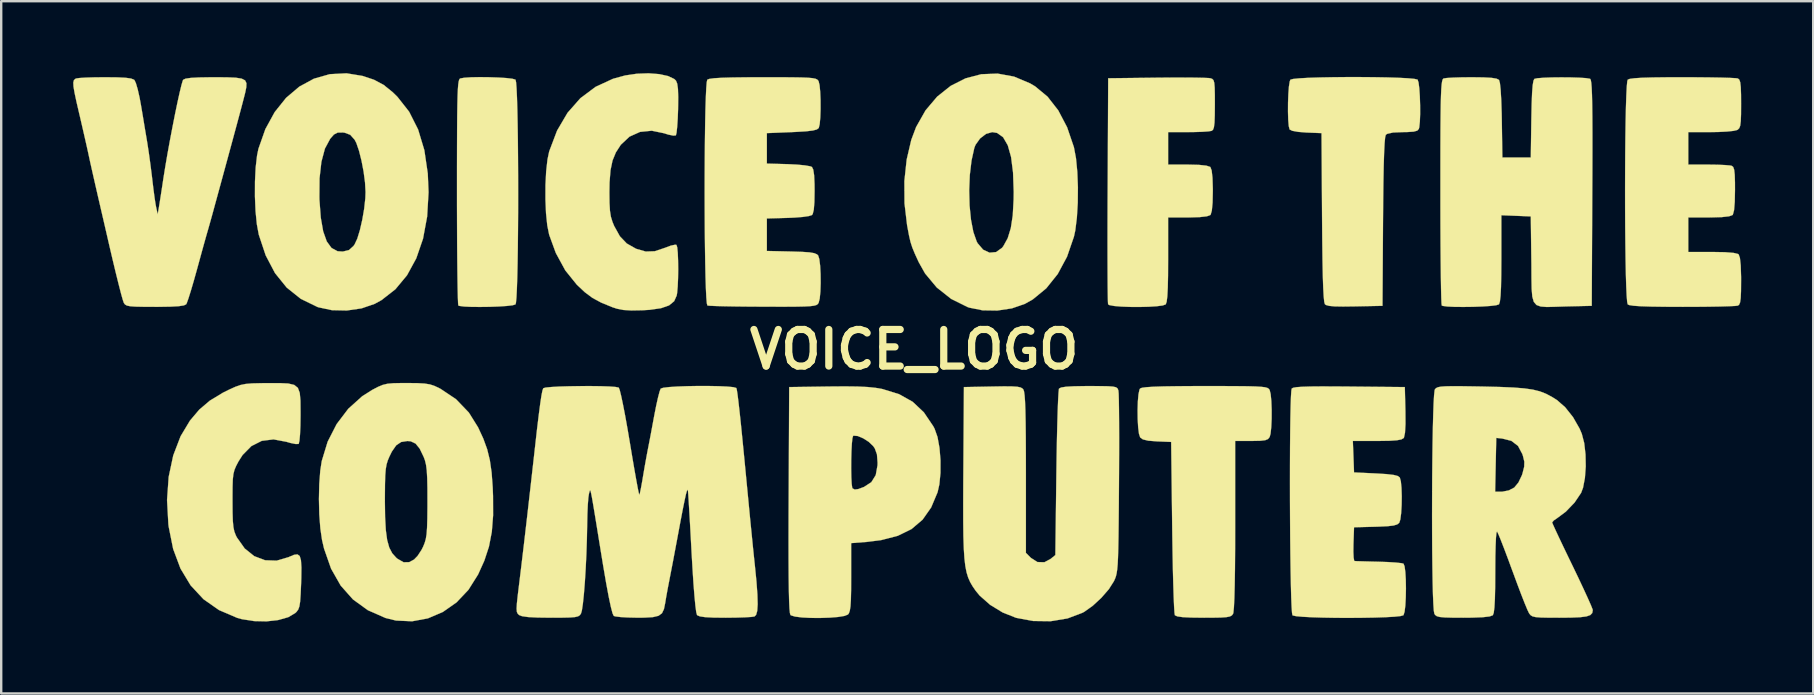
<source format=kicad_pcb>
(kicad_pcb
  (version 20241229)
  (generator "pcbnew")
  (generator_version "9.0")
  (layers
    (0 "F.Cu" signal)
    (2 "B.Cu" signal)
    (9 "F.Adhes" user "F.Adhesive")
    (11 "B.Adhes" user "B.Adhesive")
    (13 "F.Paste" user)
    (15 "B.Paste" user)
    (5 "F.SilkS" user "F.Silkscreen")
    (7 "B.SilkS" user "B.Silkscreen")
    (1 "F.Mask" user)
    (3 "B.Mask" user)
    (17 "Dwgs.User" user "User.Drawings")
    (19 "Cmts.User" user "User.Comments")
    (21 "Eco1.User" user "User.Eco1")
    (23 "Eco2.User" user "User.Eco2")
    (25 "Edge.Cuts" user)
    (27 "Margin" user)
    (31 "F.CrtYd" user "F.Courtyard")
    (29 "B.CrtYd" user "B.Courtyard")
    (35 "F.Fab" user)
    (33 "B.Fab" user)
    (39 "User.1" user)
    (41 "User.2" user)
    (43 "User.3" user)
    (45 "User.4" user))
  (footprint "VOICE_LOGO"
    (layer "F.Cu")
    (at 35.043 11.514)
    (property "Reference" "VOICE_LOGO" (at 0 0 0) (layer "F.SilkS") (effects (font (size 1.524 1.524) (thickness 0.3))))
    (attr through_hole)
    (fp_poly (pts (xy -17.719 -11.346) (xy -17.334 -11.333) (xy -16.994 -11.312) (xy -16.741 -11.282) (xy -16.614 -11.246) (xy -16.612 -11.244) (xy -16.588 -11.138) (xy -16.568 -10.881) (xy -16.55 -10.493) (xy -16.535 -9.993) (xy -16.523 -9.4) (xy -16.513 -8.733) (xy -16.507 -8.011) (xy -16.503 -7.253) (xy -16.502 -6.478) (xy -16.503 -5.704) (xy -16.508 -4.952) (xy -16.515 -4.24) (xy -16.525 -3.588) (xy -16.538 -3.013) (xy -16.554 -2.536) (xy -16.572 -2.175) (xy -16.593 -1.949) (xy -16.612 -1.88) (xy -16.728 -1.844) (xy -16.973 -1.815) (xy -17.308 -1.793) (xy -17.693 -1.779) (xy -18.089 -1.774) (xy -18.456 -1.777) (xy -18.756 -1.791) (xy -18.948 -1.816) (xy -18.994 -1.834) (xy -19.004 -1.927) (xy -19.014 -2.174) (xy -19.023 -2.559) (xy -19.031 -3.067) (xy -19.038 -3.682) (xy -19.044 -4.389) (xy -19.047 -5.173) (xy -19.05 -6.017) (xy -19.05 -6.567) (xy -19.05 -7.582) (xy -19.048 -8.442) (xy -19.045 -9.158) (xy -19.041 -9.743) (xy -19.034 -10.212) (xy -19.025 -10.576) (xy -19.013 -10.849) (xy -18.998 -11.043) (xy -18.979 -11.172) (xy -18.956 -11.249) (xy -18.929 -11.287) (xy -18.916 -11.294) (xy -18.749 -11.324) (xy -18.467 -11.343) (xy -18.111 -11.35) (xy -17.719 -11.346)) (stroke (width 0.01) (type solid)) (fill yes) (layer "F.SilkS"))
    (fp_poly (pts (xy 19.162 -11.347) (xy 19.702 -11.338) (xy 20.178 -11.323) (xy 20.567 -11.303) (xy 20.841 -11.278) (xy 20.975 -11.248) (xy 20.98 -11.244) (xy 21.019 -11.124) (xy 21.05 -10.877) (xy 21.072 -10.548) (xy 21.084 -10.179) (xy 21.085 -9.812) (xy 21.073 -9.492) (xy 21.048 -9.261) (xy 21.031 -9.193) (xy 20.965 -9.12) (xy 20.814 -9.079) (xy 20.544 -9.061) (xy 20.364 -9.059) (xy 19.957 -9.042) (xy 19.715 -8.988) (xy 19.654 -8.946) (xy 19.627 -8.842) (xy 19.604 -8.596) (xy 19.584 -8.203) (xy 19.567 -7.659) (xy 19.554 -6.959) (xy 19.544 -6.097) (xy 19.538 -5.326) (xy 19.516 -1.82) (xy 18.364 -1.797) (xy 17.87 -1.791) (xy 17.521 -1.797) (xy 17.293 -1.818) (xy 17.161 -1.855) (xy 17.116 -1.889) (xy 17.089 -1.986) (xy 17.066 -2.214) (xy 17.046 -2.577) (xy 17.029 -3.083) (xy 17.016 -3.739) (xy 17.006 -4.55) (xy 16.998 -5.511) (xy 16.976 -9.017) (xy 16.343 -9.042) (xy 16 -9.069) (xy 15.755 -9.114) (xy 15.646 -9.169) (xy 15.61 -9.311) (xy 15.588 -9.572) (xy 15.578 -9.911) (xy 15.58 -10.283) (xy 15.594 -10.646) (xy 15.617 -10.957) (xy 15.651 -11.173) (xy 15.68 -11.244) (xy 15.794 -11.274) (xy 16.051 -11.3) (xy 16.425 -11.321) (xy 16.892 -11.336) (xy 17.425 -11.346) (xy 17.998 -11.352) (xy 18.586 -11.352) (xy 19.162 -11.347)) (stroke (width 0.01) (type solid)) (fill yes) (layer "F.SilkS"))
    (fp_poly (pts (xy 11.686 -11.329) (xy 12.042 -11.322) (xy 12.272 -11.312) (xy 12.34 -11.304) (xy 12.42 -11.277) (xy 12.473 -11.224) (xy 12.506 -11.114) (xy 12.523 -10.919) (xy 12.53 -10.611) (xy 12.531 -10.21) (xy 12.527 -9.761) (xy 12.516 -9.454) (xy 12.492 -9.261) (xy 12.453 -9.156) (xy 12.397 -9.111) (xy 12.258 -9.089) (xy 11.994 -9.071) (xy 11.649 -9.061) (xy 11.423 -9.059) (xy 10.583 -9.059) (xy 10.583 -7.705) (xy 11.413 -7.705) (xy 11.865 -7.694) (xy 12.178 -7.661) (xy 12.338 -7.609) (xy 12.344 -7.603) (xy 12.398 -7.458) (xy 12.432 -7.152) (xy 12.446 -6.695) (xy 12.446 -6.604) (xy 12.436 -6.122) (xy 12.405 -5.791) (xy 12.355 -5.618) (xy 12.344 -5.605) (xy 12.199 -5.551) (xy 11.9 -5.517) (xy 11.461 -5.503) (xy 11.413 -5.503) (xy 10.583 -5.503) (xy 10.583 -3.742) (xy 10.58 -3.08) (xy 10.569 -2.576) (xy 10.55 -2.216) (xy 10.522 -1.989) (xy 10.485 -1.883) (xy 10.482 -1.88) (xy 10.357 -1.835) (xy 10.108 -1.803) (xy 9.773 -1.782) (xy 9.391 -1.773) (xy 8.998 -1.775) (xy 8.633 -1.789) (xy 8.333 -1.814) (xy 8.138 -1.85) (xy 8.082 -1.884) (xy 8.075 -1.986) (xy 8.069 -2.242) (xy 8.064 -2.636) (xy 8.061 -3.152) (xy 8.059 -3.774) (xy 8.058 -4.487) (xy 8.059 -5.274) (xy 8.061 -6.121) (xy 8.064 -6.646) (xy 8.086 -11.303) (xy 10.118 -11.327) (xy 10.697 -11.332) (xy 11.229 -11.332) (xy 11.686 -11.329)) (stroke (width 0.01) (type solid)) (fill yes) (layer "F.SilkS"))
    (fp_poly (pts (xy 12.855 1.524) (xy 13.437 1.527) (xy 13.886 1.531) (xy 14.221 1.54) (xy 14.459 1.554) (xy 14.618 1.573) (xy 14.718 1.6) (xy 14.775 1.635) (xy 14.809 1.68) (xy 14.814 1.688) (xy 14.856 1.857) (xy 14.884 2.146) (xy 14.898 2.505) (xy 14.897 2.885) (xy 14.881 3.236) (xy 14.851 3.511) (xy 14.814 3.646) (xy 14.747 3.73) (xy 14.63 3.779) (xy 14.425 3.803) (xy 14.093 3.81) (xy 14.052 3.81) (xy 13.377 3.81) (xy 13.377 7.329) (xy 13.375 8.3) (xy 13.369 9.131) (xy 13.358 9.819) (xy 13.344 10.357) (xy 13.325 10.739) (xy 13.303 10.961) (xy 13.29 11.012) (xy 13.241 11.079) (xy 13.158 11.124) (xy 13.013 11.153) (xy 12.777 11.169) (xy 12.422 11.175) (xy 12.067 11.176) (xy 11.554 11.17) (xy 11.194 11.153) (xy 10.97 11.122) (xy 10.868 11.076) (xy 10.863 11.07) (xy 10.848 10.965) (xy 10.832 10.709) (xy 10.815 10.32) (xy 10.799 9.817) (xy 10.783 9.216) (xy 10.77 8.538) (xy 10.758 7.799) (xy 10.753 7.408) (xy 10.71 3.852) (xy 10.118 3.828) (xy 9.756 3.8) (xy 9.532 3.746) (xy 9.419 3.664) (xy 9.369 3.514) (xy 9.335 3.244) (xy 9.315 2.9) (xy 9.311 2.527) (xy 9.322 2.167) (xy 9.348 1.867) (xy 9.39 1.67) (xy 9.415 1.626) (xy 9.497 1.594) (xy 9.682 1.57) (xy 9.983 1.551) (xy 10.411 1.537) (xy 10.978 1.529) (xy 11.696 1.524) (xy 12.121 1.524) (xy 12.855 1.524)) (stroke (width 0.01) (type solid)) (fill yes) (layer "F.SilkS"))
    (fp_poly (pts (xy -22.987 -11.4) (xy -22.508 -11.241) (xy -22.11 -11.029) (xy -21.73 -10.723) (xy -21.531 -10.528) (xy -21.044 -9.909) (xy -20.67 -9.167) (xy -20.41 -8.306) (xy -20.267 -7.331) (xy -20.235 -6.553) (xy -20.294 -5.539) (xy -20.465 -4.618) (xy -20.746 -3.801) (xy -21.131 -3.095) (xy -21.616 -2.511) (xy -22.196 -2.058) (xy -22.479 -1.903) (xy -23.024 -1.715) (xy -23.639 -1.626) (xy -24.261 -1.639) (xy -24.824 -1.759) (xy -24.868 -1.774) (xy -25.557 -2.11) (xy -26.145 -2.579) (xy -26.633 -3.183) (xy -27.022 -3.923) (xy -27.309 -4.784) (xy -27.39 -5.22) (xy -27.444 -5.766) (xy -27.467 -6.314) (xy -24.785 -6.314) (xy -24.781 -6.223) (xy -24.726 -5.494) (xy -24.626 -4.923) (xy -24.477 -4.504) (xy -24.278 -4.23) (xy -24.025 -4.095) (xy -23.808 -4.081) (xy -23.554 -4.143) (xy -23.367 -4.31) (xy -23.316 -4.381) (xy -23.205 -4.618) (xy -23.095 -4.977) (xy -22.996 -5.41) (xy -22.917 -5.869) (xy -22.869 -6.307) (xy -22.86 -6.562) (xy -22.882 -6.959) (xy -22.941 -7.41) (xy -23.028 -7.865) (xy -23.132 -8.279) (xy -23.243 -8.602) (xy -23.316 -8.743) (xy -23.499 -8.947) (xy -23.727 -9.033) (xy -23.807 -9.043) (xy -24.023 -9.039) (xy -24.179 -8.958) (xy -24.336 -8.778) (xy -24.553 -8.374) (xy -24.7 -7.822) (xy -24.778 -7.133) (xy -24.785 -6.314) (xy -27.467 -6.314) (xy -27.47 -6.375) (xy -27.468 -6.997) (xy -27.439 -7.583) (xy -27.381 -8.086) (xy -27.324 -8.364) (xy -27.035 -9.184) (xy -26.646 -9.894) (xy -26.171 -10.487) (xy -25.622 -10.953) (xy -25.011 -11.285) (xy -24.35 -11.473) (xy -23.651 -11.509) (xy -22.987 -11.4)) (stroke (width 0.01) (type solid)) (fill yes) (layer "F.SilkS"))
    (fp_poly (pts (xy 4.162 -11.372) (xy 4.833 -11.089) (xy 5.039 -10.967) (xy 5.557 -10.538) (xy 6.005 -9.965) (xy 6.374 -9.261) (xy 6.654 -8.441) (xy 6.659 -8.424) (xy 6.744 -7.97) (xy 6.799 -7.399) (xy 6.824 -6.763) (xy 6.818 -6.111) (xy 6.781 -5.495) (xy 6.715 -4.963) (xy 6.658 -4.7) (xy 6.371 -3.867) (xy 5.983 -3.146) (xy 5.505 -2.549) (xy 4.944 -2.088) (xy 4.614 -1.902) (xy 4.074 -1.715) (xy 3.465 -1.624) (xy 2.851 -1.633) (xy 2.296 -1.745) (xy 2.229 -1.768) (xy 1.542 -2.109) (xy 0.943 -2.583) (xy 0.456 -3.167) (xy 0.19 -3.641) (xy 0.03 -3.99) (xy -0.077 -4.25) (xy -0.152 -4.482) (xy -0.213 -4.747) (xy -0.281 -5.109) (xy -0.293 -5.171) (xy -0.402 -6.092) (xy -0.405 -6.634) (xy 2.293 -6.634) (xy 2.309 -6.001) (xy 2.368 -5.41) (xy 2.467 -4.898) (xy 2.605 -4.504) (xy 2.645 -4.429) (xy 2.875 -4.159) (xy 3.142 -4.035) (xy 3.414 -4.06) (xy 3.662 -4.237) (xy 3.717 -4.307) (xy 3.899 -4.638) (xy 4.028 -5.058) (xy 4.109 -5.588) (xy 4.145 -6.252) (xy 4.149 -6.569) (xy 4.121 -7.375) (xy 4.039 -8.022) (xy 3.901 -8.511) (xy 3.707 -8.845) (xy 3.456 -9.025) (xy 3.254 -9.059) (xy 2.995 -8.985) (xy 2.746 -8.793) (xy 2.558 -8.529) (xy 2.508 -8.404) (xy 2.391 -7.874) (xy 2.319 -7.271) (xy 2.293 -6.634) (xy -0.405 -6.634) (xy -0.407 -7.021) (xy -0.311 -7.916) (xy -0.119 -8.737) (xy 0.082 -9.271) (xy 0.476 -9.967) (xy 0.962 -10.54) (xy 1.523 -10.986) (xy 2.14 -11.298) (xy 2.798 -11.471) (xy 3.478 -11.497) (xy 4.162 -11.372)) (stroke (width 0.01) (type solid)) (fill yes) (layer "F.SilkS"))
    (fp_poly (pts (xy -2.359 1.543) (xy -1.941 1.563) (xy -1.604 1.598) (xy -1.319 1.648) (xy -1.312 1.65) (xy -0.625 1.863) (xy -0.06 2.18) (xy 0.405 2.618) (xy 0.795 3.195) (xy 0.852 3.302) (xy 0.973 3.644) (xy 1.056 4.1) (xy 1.098 4.616) (xy 1.097 5.14) (xy 1.051 5.62) (xy 0.976 5.949) (xy 0.709 6.582) (xy 0.351 7.091) (xy -0.109 7.482) (xy -0.682 7.763) (xy -1.381 7.944) (xy -1.968 8.017) (xy -2.625 8.068) (xy -2.625 9.489) (xy -2.627 10.03) (xy -2.636 10.426) (xy -2.653 10.702) (xy -2.681 10.884) (xy -2.721 10.995) (xy -2.758 11.043) (xy -2.9 11.101) (xy -3.167 11.145) (xy -3.518 11.173) (xy -3.915 11.186) (xy -4.315 11.184) (xy -4.678 11.165) (xy -4.965 11.129) (xy -5.135 11.077) (xy -5.155 11.061) (xy -5.177 10.979) (xy -5.196 10.787) (xy -5.21 10.478) (xy -5.221 10.043) (xy -5.229 9.474) (xy -5.233 8.764) (xy -5.234 7.905) (xy -5.232 6.889) (xy -5.229 6.256) (xy -5.223 4.982) (xy -2.624 4.982) (xy -2.618 5.326) (xy -2.603 5.599) (xy -2.58 5.761) (xy -2.568 5.786) (xy -2.477 5.835) (xy -2.332 5.817) (xy -2.089 5.727) (xy -1.784 5.529) (xy -1.6 5.233) (xy -1.526 4.82) (xy -1.524 4.713) (xy -1.55 4.369) (xy -1.639 4.123) (xy -1.708 4.023) (xy -1.89 3.849) (xy -2.122 3.701) (xy -2.35 3.605) (xy -2.52 3.59) (xy -2.544 3.601) (xy -2.573 3.699) (xy -2.596 3.926) (xy -2.613 4.242) (xy -2.622 4.608) (xy -2.624 4.982) (xy -5.223 4.982) (xy -5.207 1.566) (xy -3.556 1.542) (xy -2.888 1.537) (xy -2.359 1.543)) (stroke (width 0.01) (type solid)) (fill yes) (layer "F.SilkS"))
    (fp_poly (pts (xy -26.081 1.417) (xy -25.832 1.476) (xy -25.681 1.598) (xy -25.602 1.809) (xy -25.573 2.13) (xy -25.569 2.586) (xy -25.569 2.75) (xy -25.575 3.179) (xy -25.591 3.539) (xy -25.615 3.799) (xy -25.644 3.928) (xy -25.651 3.935) (xy -25.771 3.939) (xy -25.992 3.894) (xy -26.158 3.846) (xy -26.695 3.745) (xy -27.184 3.806) (xy -27.617 4.024) (xy -27.984 4.396) (xy -28.152 4.659) (xy -28.252 4.849) (xy -28.322 5.014) (xy -28.367 5.189) (xy -28.392 5.412) (xy -28.402 5.72) (xy -28.405 6.149) (xy -28.405 6.308) (xy -28.402 6.794) (xy -28.391 7.146) (xy -28.367 7.398) (xy -28.328 7.585) (xy -28.267 7.742) (xy -28.222 7.832) (xy -27.896 8.292) (xy -27.499 8.611) (xy -27.049 8.782) (xy -26.565 8.798) (xy -26.066 8.652) (xy -26.035 8.637) (xy -25.837 8.554) (xy -25.696 8.538) (xy -25.603 8.608) (xy -25.552 8.782) (xy -25.533 9.08) (xy -25.538 9.519) (xy -25.546 9.757) (xy -25.565 10.198) (xy -25.586 10.502) (xy -25.617 10.703) (xy -25.665 10.835) (xy -25.735 10.93) (xy -25.784 10.978) (xy -26.081 11.154) (xy -26.496 11.272) (xy -26.985 11.328) (xy -27.505 11.317) (xy -28.013 11.237) (xy -28.211 11.182) (xy -28.967 10.858) (xy -29.614 10.405) (xy -30.15 9.828) (xy -30.572 9.128) (xy -30.878 8.31) (xy -31.065 7.378) (xy -31.076 7.289) (xy -31.132 6.272) (xy -31.064 5.307) (xy -30.874 4.414) (xy -30.567 3.613) (xy -30.177 2.963) (xy -29.789 2.505) (xy -29.348 2.13) (xy -28.805 1.801) (xy -28.533 1.666) (xy -28.285 1.554) (xy -28.075 1.48) (xy -27.856 1.435) (xy -27.583 1.412) (xy -27.209 1.403) (xy -26.966 1.401) (xy -26.451 1.4) (xy -26.081 1.417)) (stroke (width 0.01) (type solid)) (fill yes) (layer "F.SilkS"))
    (fp_poly (pts (xy -10.621 -11.475) (xy -10.251 -11.394) (xy -9.993 -11.27) (xy -9.924 -11.202) (xy -9.873 -11.078) (xy -9.842 -10.858) (xy -9.831 -10.518) (xy -9.837 -10.035) (xy -9.837 -10.019) (xy -9.852 -9.616) (xy -9.875 -9.275) (xy -9.901 -9.033) (xy -9.928 -8.924) (xy -9.929 -8.923) (xy -10.039 -8.913) (xy -10.251 -8.957) (xy -10.42 -9.011) (xy -10.933 -9.117) (xy -11.422 -9.068) (xy -11.861 -8.871) (xy -12.222 -8.533) (xy -12.228 -8.524) (xy -12.429 -8.214) (xy -12.568 -7.876) (xy -12.653 -7.471) (xy -12.693 -6.963) (xy -12.7 -6.553) (xy -12.695 -6.106) (xy -12.676 -5.782) (xy -12.637 -5.533) (xy -12.57 -5.315) (xy -12.5 -5.146) (xy -12.262 -4.718) (xy -11.974 -4.417) (xy -11.595 -4.202) (xy -11.58 -4.195) (xy -11.187 -4.082) (xy -10.809 -4.095) (xy -10.384 -4.237) (xy -10.381 -4.238) (xy -10.141 -4.328) (xy -9.96 -4.367) (xy -9.905 -4.36) (xy -9.873 -4.259) (xy -9.85 -4.03) (xy -9.837 -3.711) (xy -9.832 -3.344) (xy -9.838 -2.967) (xy -9.853 -2.622) (xy -9.878 -2.347) (xy -9.895 -2.248) (xy -10.001 -2.012) (xy -10.213 -1.838) (xy -10.549 -1.721) (xy -11.025 -1.653) (xy -11.334 -1.635) (xy -11.779 -1.627) (xy -12.111 -1.647) (xy -12.383 -1.7) (xy -12.573 -1.762) (xy -13.041 -1.954) (xy -13.406 -2.151) (xy -13.73 -2.393) (xy -14.056 -2.7) (xy -14.536 -3.295) (xy -14.932 -4.022) (xy -15.21 -4.784) (xy -15.288 -5.172) (xy -15.34 -5.679) (xy -15.364 -6.256) (xy -15.363 -6.853) (xy -15.334 -7.423) (xy -15.279 -7.918) (xy -15.208 -8.255) (xy -14.879 -9.122) (xy -14.444 -9.863) (xy -13.908 -10.472) (xy -13.274 -10.946) (xy -12.546 -11.282) (xy -12.04 -11.42) (xy -11.552 -11.492) (xy -11.067 -11.509) (xy -10.621 -11.475)) (stroke (width 0.01) (type solid)) (fill yes) (layer "F.SilkS"))
    (fp_poly (pts (xy 7.752 1.525) (xy 8.077 1.531) (xy 8.288 1.546) (xy 8.411 1.574) (xy 8.474 1.62) (xy 8.504 1.688) (xy 8.512 1.719) (xy 8.522 1.843) (xy 8.53 2.118) (xy 8.536 2.525) (xy 8.54 3.046) (xy 8.542 3.663) (xy 8.541 4.357) (xy 8.538 5.11) (xy 8.535 5.592) (xy 8.529 6.479) (xy 8.522 7.213) (xy 8.515 7.81) (xy 8.506 8.287) (xy 8.495 8.66) (xy 8.481 8.947) (xy 8.462 9.162) (xy 8.438 9.324) (xy 8.409 9.448) (xy 8.372 9.55) (xy 8.328 9.647) (xy 8.324 9.656) (xy 8.113 9.988) (xy 7.802 10.345) (xy 7.445 10.676) (xy 7.092 10.928) (xy 7.019 10.968) (xy 6.392 11.206) (xy 5.689 11.322) (xy 4.955 11.313) (xy 4.249 11.181) (xy 3.689 10.959) (xy 3.164 10.638) (xy 2.729 10.254) (xy 2.564 10.053) (xy 2.44 9.873) (xy 2.337 9.697) (xy 2.252 9.507) (xy 2.185 9.289) (xy 2.133 9.024) (xy 2.095 8.697) (xy 2.069 8.29) (xy 2.052 7.788) (xy 2.045 7.172) (xy 2.044 6.428) (xy 2.047 5.538) (xy 2.05 5.122) (xy 2.074 1.566) (xy 3.259 1.543) (xy 3.737 1.535) (xy 4.074 1.538) (xy 4.297 1.552) (xy 4.436 1.581) (xy 4.517 1.628) (xy 4.55 1.665) (xy 4.579 1.745) (xy 4.602 1.907) (xy 4.621 2.165) (xy 4.635 2.531) (xy 4.645 3.018) (xy 4.652 3.639) (xy 4.656 4.406) (xy 4.657 5.142) (xy 4.657 8.474) (xy 4.864 8.682) (xy 5.136 8.857) (xy 5.425 8.865) (xy 5.684 8.728) (xy 5.884 8.566) (xy 5.927 5.151) (xy 5.938 4.404) (xy 5.951 3.709) (xy 5.966 3.083) (xy 5.982 2.545) (xy 5.999 2.115) (xy 6.016 1.81) (xy 6.032 1.649) (xy 6.037 1.63) (xy 6.126 1.583) (xy 6.33 1.551) (xy 6.668 1.532) (xy 7.155 1.524) (xy 7.285 1.524) (xy 7.752 1.525)) (stroke (width 0.01) (type solid)) (fill yes) (layer "F.SilkS"))
    (fp_poly (pts (xy 17.602 1.54) (xy 18.125 1.544) (xy 20.447 1.566) (xy 20.471 2.57) (xy 20.474 3.102) (xy 20.454 3.468) (xy 20.412 3.668) (xy 20.397 3.692) (xy 20.305 3.746) (xy 20.119 3.782) (xy 19.815 3.803) (xy 19.369 3.81) (xy 19.29 3.81) (xy 18.281 3.81) (xy 18.306 4.466) (xy 18.33 5.122) (xy 19.244 5.165) (xy 19.685 5.192) (xy 19.982 5.227) (xy 20.159 5.274) (xy 20.237 5.334) (xy 20.281 5.492) (xy 20.308 5.768) (xy 20.319 6.113) (xy 20.314 6.479) (xy 20.294 6.819) (xy 20.26 7.083) (xy 20.214 7.221) (xy 20.131 7.288) (xy 19.98 7.334) (xy 19.73 7.363) (xy 19.351 7.381) (xy 19.219 7.385) (xy 18.33 7.408) (xy 18.306 8.107) (xy 18.302 8.428) (xy 18.313 8.674) (xy 18.338 8.804) (xy 18.348 8.814) (xy 18.455 8.82) (xy 18.694 8.827) (xy 19.028 8.836) (xy 19.355 8.844) (xy 19.743 8.857) (xy 20.072 8.878) (xy 20.303 8.903) (xy 20.392 8.924) (xy 20.436 9.033) (xy 20.468 9.27) (xy 20.487 9.593) (xy 20.493 9.962) (xy 20.486 10.335) (xy 20.468 10.671) (xy 20.436 10.93) (xy 20.392 11.069) (xy 20.388 11.074) (xy 20.272 11.107) (xy 20.015 11.134) (xy 19.644 11.155) (xy 19.188 11.17) (xy 18.673 11.179) (xy 18.128 11.183) (xy 17.58 11.181) (xy 17.057 11.172) (xy 16.588 11.158) (xy 16.199 11.138) (xy 15.919 11.113) (xy 15.774 11.081) (xy 15.765 11.074) (xy 15.746 10.973) (xy 15.729 10.721) (xy 15.713 10.338) (xy 15.7 9.842) (xy 15.688 9.252) (xy 15.678 8.587) (xy 15.67 7.866) (xy 15.665 7.107) (xy 15.661 6.331) (xy 15.66 5.554) (xy 15.661 4.798) (xy 15.664 4.079) (xy 15.67 3.417) (xy 15.678 2.832) (xy 15.689 2.341) (xy 15.702 1.964) (xy 15.718 1.719) (xy 15.734 1.628) (xy 15.793 1.595) (xy 15.931 1.57) (xy 16.166 1.553) (xy 16.512 1.542) (xy 16.986 1.538) (xy 17.602 1.54)) (stroke (width 0.01) (type solid)) (fill yes) (layer "F.SilkS"))
    (fp_poly (pts (xy 32.61 -11.343) (xy 33.154 -11.338) (xy 33.623 -11.33) (xy 33.991 -11.319) (xy 34.234 -11.306) (xy 34.325 -11.294) (xy 34.384 -11.246) (xy 34.423 -11.136) (xy 34.446 -10.936) (xy 34.457 -10.619) (xy 34.459 -10.239) (xy 34.457 -9.807) (xy 34.446 -9.515) (xy 34.423 -9.33) (xy 34.383 -9.223) (xy 34.321 -9.162) (xy 34.296 -9.147) (xy 34.147 -9.111) (xy 33.871 -9.082) (xy 33.511 -9.064) (xy 33.195 -9.059) (xy 32.258 -9.059) (xy 32.258 -7.705) (xy 33.098 -7.705) (xy 33.47 -7.7) (xy 33.788 -7.686) (xy 34.007 -7.667) (xy 34.071 -7.653) (xy 34.131 -7.604) (xy 34.171 -7.49) (xy 34.194 -7.284) (xy 34.204 -6.957) (xy 34.205 -6.654) (xy 34.195 -6.151) (xy 34.166 -5.805) (xy 34.117 -5.623) (xy 34.104 -5.605) (xy 33.958 -5.551) (xy 33.655 -5.517) (xy 33.204 -5.504) (xy 33.13 -5.503) (xy 32.258 -5.503) (xy 32.258 -4.064) (xy 33.257 -4.064) (xy 33.782 -4.055) (xy 34.142 -4.026) (xy 34.334 -3.979) (xy 34.358 -3.962) (xy 34.41 -3.817) (xy 34.444 -3.504) (xy 34.459 -3.027) (xy 34.459 -2.871) (xy 34.456 -2.436) (xy 34.443 -2.142) (xy 34.417 -1.961) (xy 34.374 -1.864) (xy 34.325 -1.829) (xy 34.207 -1.815) (xy 33.944 -1.803) (xy 33.559 -1.792) (xy 33.078 -1.784) (xy 32.525 -1.779) (xy 32.014 -1.778) (xy 31.282 -1.781) (xy 30.707 -1.789) (xy 30.277 -1.803) (xy 29.978 -1.823) (xy 29.8 -1.851) (xy 29.735 -1.88) (xy 29.712 -1.986) (xy 29.691 -2.242) (xy 29.673 -2.63) (xy 29.658 -3.13) (xy 29.646 -3.723) (xy 29.637 -4.39) (xy 29.63 -5.112) (xy 29.626 -5.871) (xy 29.625 -6.646) (xy 29.627 -7.419) (xy 29.631 -8.171) (xy 29.638 -8.883) (xy 29.648 -9.536) (xy 29.661 -10.11) (xy 29.677 -10.587) (xy 29.695 -10.948) (xy 29.716 -11.174) (xy 29.735 -11.244) (xy 29.824 -11.278) (xy 30.022 -11.304) (xy 30.343 -11.324) (xy 30.799 -11.337) (xy 31.401 -11.344) (xy 32.014 -11.345) (xy 32.61 -11.343)) (stroke (width 0.01) (type solid)) (fill yes) (layer "F.SilkS"))
    (fp_poly (pts (xy -20.701 1.402) (xy -20.401 1.419) (xy -20.176 1.455) (xy -19.981 1.52) (xy -19.77 1.621) (xy -19.737 1.638) (xy -19.09 2.071) (xy -18.556 2.627) (xy -18.173 3.24) (xy -17.954 3.712) (xy -17.793 4.154) (xy -17.681 4.611) (xy -17.607 5.127) (xy -17.562 5.745) (xy -17.548 6.106) (xy -17.545 6.911) (xy -17.599 7.598) (xy -17.718 8.214) (xy -17.911 8.801) (xy -18.17 9.374) (xy -18.573 10.014) (xy -19.069 10.538) (xy -19.639 10.937) (xy -20.262 11.203) (xy -20.919 11.325) (xy -21.59 11.295) (xy -22.03 11.187) (xy -22.764 10.864) (xy -23.385 10.414) (xy -23.896 9.838) (xy -24.297 9.133) (xy -24.589 8.3) (xy -24.673 7.941) (xy -24.744 7.456) (xy -24.788 6.869) (xy -24.801 6.308) (xy -22.055 6.308) (xy -22.046 6.99) (xy -22.016 7.526) (xy -21.96 7.94) (xy -21.872 8.255) (xy -21.747 8.493) (xy -21.581 8.677) (xy -21.53 8.72) (xy -21.274 8.866) (xy -21.04 8.861) (xy -20.84 8.753) (xy -20.688 8.595) (xy -20.529 8.351) (xy -20.464 8.224) (xy -20.398 8.064) (xy -20.35 7.898) (xy -20.317 7.694) (xy -20.297 7.422) (xy -20.286 7.052) (xy -20.281 6.554) (xy -20.281 6.35) (xy -20.282 5.786) (xy -20.291 5.361) (xy -20.309 5.045) (xy -20.339 4.809) (xy -20.384 4.622) (xy -20.433 4.487) (xy -20.603 4.133) (xy -20.776 3.92) (xy -20.977 3.825) (xy -21.116 3.813) (xy -21.377 3.854) (xy -21.582 3.992) (xy -21.764 4.253) (xy -21.863 4.454) (xy -21.934 4.621) (xy -21.985 4.789) (xy -22.019 4.988) (xy -22.04 5.25) (xy -22.05 5.606) (xy -22.054 6.089) (xy -22.055 6.308) (xy -24.801 6.308) (xy -24.803 6.235) (xy -24.789 5.609) (xy -24.747 5.046) (xy -24.686 4.65) (xy -24.44 3.843) (xy -24.065 3.108) (xy -23.579 2.468) (xy -22.997 1.945) (xy -22.588 1.686) (xy -22.346 1.559) (xy -22.148 1.476) (xy -21.947 1.427) (xy -21.696 1.405) (xy -21.347 1.398) (xy -21.124 1.398) (xy -20.701 1.402)) (stroke (width 0.01) (type solid)) (fill yes) (layer "F.SilkS"))
    (fp_poly (pts (xy 23.724 -11.339) (xy 24.062 -11.32) (xy 24.27 -11.286) (xy 24.371 -11.235) (xy 24.372 -11.233) (xy 24.409 -11.104) (xy 24.44 -10.819) (xy 24.465 -10.393) (xy 24.483 -9.841) (xy 24.488 -9.561) (xy 24.511 -8.001) (xy 25.696 -8.001) (xy 25.719 -9.606) (xy 25.732 -10.226) (xy 25.75 -10.69) (xy 25.775 -11.012) (xy 25.808 -11.203) (xy 25.846 -11.277) (xy 25.974 -11.304) (xy 26.23 -11.324) (xy 26.572 -11.337) (xy 26.961 -11.341) (xy 27.355 -11.338) (xy 27.713 -11.327) (xy 27.994 -11.309) (xy 28.156 -11.283) (xy 28.174 -11.275) (xy 28.197 -11.227) (xy 28.217 -11.107) (xy 28.233 -10.905) (xy 28.246 -10.609) (xy 28.255 -10.208) (xy 28.261 -9.691) (xy 28.264 -9.047) (xy 28.264 -8.264) (xy 28.262 -7.332) (xy 28.258 -6.514) (xy 28.236 -1.82) (xy 27.178 -1.796) (xy 26.717 -1.781) (xy 26.366 -1.772) (xy 26.11 -1.791) (xy 25.933 -1.855) (xy 25.821 -1.986) (xy 25.759 -2.203) (xy 25.732 -2.525) (xy 25.724 -2.972) (xy 25.721 -3.564) (xy 25.719 -3.705) (xy 25.696 -5.546) (xy 25.082 -5.571) (xy 24.469 -5.595) (xy 24.469 -3.788) (xy 24.465 -3.119) (xy 24.455 -2.606) (xy 24.436 -2.238) (xy 24.409 -2.002) (xy 24.373 -1.887) (xy 24.367 -1.88) (xy 24.251 -1.844) (xy 24.006 -1.815) (xy 23.671 -1.793) (xy 23.286 -1.779) (xy 22.89 -1.774) (xy 22.523 -1.777) (xy 22.223 -1.791) (xy 22.031 -1.816) (xy 21.985 -1.834) (xy 21.975 -1.927) (xy 21.965 -2.174) (xy 21.956 -2.559) (xy 21.948 -3.067) (xy 21.941 -3.682) (xy 21.935 -4.389) (xy 21.931 -5.173) (xy 21.929 -6.017) (xy 21.929 -6.567) (xy 21.929 -7.582) (xy 21.93 -8.442) (xy 21.933 -9.158) (xy 21.938 -9.743) (xy 21.944 -10.212) (xy 21.954 -10.576) (xy 21.966 -10.849) (xy 21.981 -11.043) (xy 22 -11.172) (xy 22.022 -11.249) (xy 22.049 -11.287) (xy 22.063 -11.294) (xy 22.196 -11.314) (xy 22.46 -11.33) (xy 22.818 -11.341) (xy 23.231 -11.345) (xy 23.238 -11.345) (xy 23.724 -11.339)) (stroke (width 0.01) (type solid)) (fill yes) (layer "F.SilkS"))
    (fp_poly (pts (xy -5.622 -11.345) (xy -5.099 -11.342) (xy -4.706 -11.336) (xy -4.423 -11.325) (xy -4.231 -11.307) (xy -4.108 -11.282) (xy -4.036 -11.248) (xy -3.995 -11.203) (xy -3.982 -11.182) (xy -3.942 -11.02) (xy -3.915 -10.741) (xy -3.9 -10.391) (xy -3.899 -10.019) (xy -3.911 -9.67) (xy -3.936 -9.393) (xy -3.974 -9.234) (xy -3.977 -9.229) (xy -4.055 -9.17) (xy -4.219 -9.126) (xy -4.495 -9.093) (xy -4.906 -9.068) (xy -5.098 -9.059) (xy -6.138 -9.017) (xy -6.138 -7.747) (xy -5.254 -7.723) (xy -4.875 -7.704) (xy -4.555 -7.673) (xy -4.333 -7.635) (xy -4.259 -7.606) (xy -4.204 -7.495) (xy -4.168 -7.26) (xy -4.151 -6.883) (xy -4.149 -6.604) (xy -4.157 -6.14) (xy -4.182 -5.828) (xy -4.226 -5.649) (xy -4.259 -5.602) (xy -4.387 -5.561) (xy -4.642 -5.524) (xy -4.984 -5.497) (xy -5.254 -5.485) (xy -6.138 -5.461) (xy -6.138 -4.106) (xy -5.122 -4.083) (xy -4.674 -4.069) (xy -4.365 -4.048) (xy -4.167 -4.015) (xy -4.051 -3.967) (xy -4 -3.919) (xy -3.952 -3.768) (xy -3.918 -3.495) (xy -3.899 -3.147) (xy -3.895 -2.771) (xy -3.907 -2.414) (xy -3.935 -2.123) (xy -3.981 -1.945) (xy -3.982 -1.942) (xy -4.017 -1.892) (xy -4.073 -1.854) (xy -4.172 -1.826) (xy -4.332 -1.806) (xy -4.575 -1.793) (xy -4.919 -1.786) (xy -5.384 -1.783) (xy -5.991 -1.784) (xy -6.289 -1.785) (xy -6.89 -1.788) (xy -7.436 -1.794) (xy -7.906 -1.802) (xy -8.275 -1.812) (xy -8.52 -1.823) (xy -8.615 -1.834) (xy -8.639 -1.926) (xy -8.66 -2.168) (xy -8.678 -2.542) (xy -8.694 -3.029) (xy -8.706 -3.611) (xy -8.716 -4.268) (xy -8.724 -4.983) (xy -8.728 -5.735) (xy -8.73 -6.507) (xy -8.729 -7.28) (xy -8.725 -8.035) (xy -8.718 -8.753) (xy -8.709 -9.416) (xy -8.697 -10.005) (xy -8.681 -10.501) (xy -8.663 -10.885) (xy -8.643 -11.139) (xy -8.619 -11.244) (xy -8.531 -11.277) (xy -8.334 -11.304) (xy -8.016 -11.323) (xy -7.564 -11.336) (xy -6.966 -11.343) (xy -6.294 -11.345) (xy -5.622 -11.345)) (stroke (width 0.01) (type solid)) (fill yes) (layer "F.SilkS"))
    (fp_poly (pts (xy -28.641 -11.342) (xy -28.268 -11.326) (xy -28.022 -11.287) (xy -27.881 -11.215) (xy -27.824 -11.099) (xy -27.83 -10.929) (xy -27.87 -10.727) (xy -27.909 -10.57) (xy -27.979 -10.3) (xy -28.082 -9.91) (xy -28.221 -9.393) (xy -28.397 -8.742) (xy -28.612 -7.951) (xy -28.868 -7.012) (xy -29.167 -5.918) (xy -29.257 -5.588) (xy -29.344 -5.277) (xy -29.425 -4.991) (xy -29.461 -4.868) (xy -29.509 -4.7) (xy -29.592 -4.404) (xy -29.7 -4.014) (xy -29.823 -3.564) (xy -29.895 -3.302) (xy -30.022 -2.849) (xy -30.139 -2.45) (xy -30.238 -2.136) (xy -30.309 -1.936) (xy -30.335 -1.884) (xy -30.43 -1.838) (xy -30.644 -1.805) (xy -30.991 -1.786) (xy -31.489 -1.778) (xy -31.63 -1.778) (xy -32.109 -1.78) (xy -32.447 -1.787) (xy -32.67 -1.803) (xy -32.807 -1.832) (xy -32.886 -1.878) (xy -32.933 -1.943) (xy -32.934 -1.946) (xy -32.977 -2.071) (xy -33.051 -2.337) (xy -33.15 -2.722) (xy -33.269 -3.201) (xy -33.401 -3.752) (xy -33.538 -4.337) (xy -33.727 -5.158) (xy -33.883 -5.831) (xy -34.009 -6.376) (xy -34.109 -6.811) (xy -34.187 -7.154) (xy -34.248 -7.423) (xy -34.296 -7.637) (xy -34.336 -7.814) (xy -34.37 -7.973) (xy -34.404 -8.131) (xy -34.412 -8.17) (xy -34.474 -8.45) (xy -34.563 -8.843) (xy -34.668 -9.3) (xy -34.777 -9.77) (xy -34.786 -9.806) (xy -34.906 -10.322) (xy -34.986 -10.697) (xy -35.03 -10.956) (xy -35.038 -11.123) (xy -35.014 -11.221) (xy -34.959 -11.275) (xy -34.918 -11.294) (xy -34.786 -11.313) (xy -34.521 -11.33) (xy -34.161 -11.341) (xy -33.743 -11.345) (xy -33.696 -11.345) (xy -33.204 -11.34) (xy -32.858 -11.323) (xy -32.635 -11.292) (xy -32.511 -11.244) (xy -32.491 -11.228) (xy -32.43 -11.099) (xy -32.355 -10.843) (xy -32.277 -10.499) (xy -32.22 -10.19) (xy -32.141 -9.722) (xy -32.059 -9.226) (xy -31.984 -8.782) (xy -31.953 -8.594) (xy -31.891 -8.189) (xy -31.824 -7.702) (xy -31.763 -7.218) (xy -31.746 -7.07) (xy -31.698 -6.672) (xy -31.649 -6.305) (xy -31.605 -6.024) (xy -31.586 -5.927) (xy -31.521 -5.63) (xy -31.471 -5.927) (xy -31.437 -6.136) (xy -31.386 -6.461) (xy -31.326 -6.851) (xy -31.287 -7.112) (xy -31.209 -7.597) (xy -31.117 -8.136) (xy -31.014 -8.702) (xy -30.906 -9.269) (xy -30.799 -9.811) (xy -30.697 -10.302) (xy -30.605 -10.716) (xy -30.53 -11.026) (xy -30.476 -11.207) (xy -30.46 -11.239) (xy -30.362 -11.286) (xy -30.144 -11.318) (xy -29.792 -11.337) (xy -29.289 -11.345) (xy -29.162 -11.345) (xy -28.641 -11.342)) (stroke (width 0.01) (type solid)) (fill yes) (layer "F.SilkS"))
    (fp_poly (pts (xy 22.83 1.53) (xy 23.368 1.538) (xy 23.712 1.544) (xy 24.418 1.561) (xy 24.98 1.585) (xy 25.427 1.621) (xy 25.783 1.672) (xy 26.075 1.745) (xy 26.33 1.844) (xy 26.574 1.973) (xy 26.778 2.101) (xy 27.125 2.402) (xy 27.455 2.817) (xy 27.728 3.294) (xy 27.822 3.514) (xy 27.922 3.899) (xy 27.976 4.37) (xy 27.986 4.872) (xy 27.951 5.353) (xy 27.873 5.76) (xy 27.793 5.973) (xy 27.521 6.377) (xy 27.159 6.755) (xy 26.818 7.01) (xy 26.657 7.121) (xy 26.586 7.202) (xy 26.585 7.205) (xy 26.621 7.294) (xy 26.72 7.513) (xy 26.873 7.84) (xy 27.069 8.252) (xy 27.298 8.728) (xy 27.432 9.004) (xy 27.675 9.509) (xy 27.89 9.966) (xy 28.068 10.353) (xy 28.198 10.646) (xy 28.269 10.822) (xy 28.279 10.86) (xy 28.257 10.98) (xy 28.177 11.065) (xy 28.016 11.122) (xy 27.751 11.156) (xy 27.36 11.172) (xy 26.909 11.176) (xy 26.443 11.175) (xy 26.116 11.168) (xy 25.901 11.151) (xy 25.768 11.12) (xy 25.687 11.07) (xy 25.629 10.998) (xy 25.622 10.986) (xy 25.556 10.849) (xy 25.444 10.58) (xy 25.298 10.209) (xy 25.129 9.762) (xy 24.947 9.268) (xy 24.932 9.229) (xy 24.753 8.742) (xy 24.59 8.309) (xy 24.452 7.954) (xy 24.349 7.705) (xy 24.292 7.586) (xy 24.289 7.582) (xy 24.265 7.636) (xy 24.245 7.84) (xy 24.23 8.175) (xy 24.219 8.621) (xy 24.215 9.159) (xy 24.215 9.237) (xy 24.211 9.895) (xy 24.2 10.395) (xy 24.18 10.75) (xy 24.152 10.972) (xy 24.114 11.074) (xy 24.113 11.074) (xy 23.98 11.123) (xy 23.691 11.156) (xy 23.241 11.173) (xy 22.888 11.176) (xy 22.429 11.174) (xy 22.111 11.165) (xy 21.904 11.146) (xy 21.78 11.113) (xy 21.71 11.061) (xy 21.678 11.012) (xy 21.655 10.886) (xy 21.636 10.612) (xy 21.619 10.208) (xy 21.606 9.693) (xy 21.596 9.088) (xy 21.588 8.41) (xy 21.584 7.68) (xy 21.582 6.916) (xy 21.584 6.138) (xy 21.585 5.927) (xy 24.21 5.927) (xy 24.497 5.927) (xy 24.782 5.871) (xy 25.006 5.753) (xy 25.179 5.545) (xy 25.324 5.243) (xy 25.351 5.161) (xy 25.421 4.884) (xy 25.427 4.674) (xy 25.37 4.438) (xy 25.344 4.359) (xy 25.163 4.017) (xy 24.886 3.806) (xy 24.505 3.71) (xy 24.257 3.683) (xy 24.21 5.927) (xy 21.585 5.927) (xy 21.587 5.365) (xy 21.594 4.616) (xy 21.603 3.91) (xy 21.615 3.267) (xy 21.63 2.705) (xy 21.646 2.245) (xy 21.666 1.904) (xy 21.688 1.703) (xy 21.701 1.659) (xy 21.748 1.61) (xy 21.823 1.573) (xy 21.946 1.548) (xy 22.141 1.534) (xy 22.428 1.528) (xy 22.83 1.53)) (stroke (width 0.01) (type solid)) (fill yes) (layer "F.SilkS"))
    (fp_poly (pts (xy -8.556 1.521) (xy -8.139 1.529) (xy -7.788 1.545) (xy -7.535 1.569) (xy -7.414 1.602) (xy -7.409 1.607) (xy -7.389 1.681) (xy -7.362 1.857) (xy -7.326 2.142) (xy -7.28 2.546) (xy -7.223 3.077) (xy -7.156 3.744) (xy -7.076 4.556) (xy -6.983 5.521) (xy -6.899 6.392) (xy -6.842 6.985) (xy -6.778 7.629) (xy -6.715 8.26) (xy -6.658 8.81) (xy -6.64 8.975) (xy -6.571 9.669) (xy -6.532 10.211) (xy -6.521 10.614) (xy -6.539 10.892) (xy -6.586 11.058) (xy -6.653 11.125) (xy -6.786 11.144) (xy -7.05 11.16) (xy -7.41 11.171) (xy -7.828 11.176) (xy -7.871 11.176) (xy -8.364 11.171) (xy -8.709 11.153) (xy -8.926 11.121) (xy -9.037 11.074) (xy -9.048 11.063) (xy -9.08 10.946) (xy -9.116 10.675) (xy -9.155 10.264) (xy -9.197 9.731) (xy -9.238 9.089) (xy -9.272 8.502) (xy -9.306 7.868) (xy -9.338 7.283) (xy -9.368 6.77) (xy -9.393 6.353) (xy -9.412 6.054) (xy -9.424 5.897) (xy -9.425 5.884) (xy -9.441 5.841) (xy -9.468 5.885) (xy -9.509 6.03) (xy -9.566 6.288) (xy -9.644 6.673) (xy -9.745 7.199) (xy -9.863 7.832) (xy -9.955 8.322) (xy -10.047 8.812) (xy -10.131 9.248) (xy -10.195 9.577) (xy -10.201 9.61) (xy -10.271 9.972) (xy -10.335 10.325) (xy -10.374 10.564) (xy -10.426 10.818) (xy -10.508 10.99) (xy -10.652 11.096) (xy -10.886 11.152) (xy -11.24 11.173) (xy -11.542 11.175) (xy -11.916 11.167) (xy -12.233 11.149) (xy -12.45 11.122) (xy -12.517 11.102) (xy -12.568 10.993) (xy -12.639 10.722) (xy -12.729 10.297) (xy -12.836 9.722) (xy -12.959 9.005) (xy -13.007 8.711) (xy -13.135 7.928) (xy -13.237 7.298) (xy -13.318 6.804) (xy -13.38 6.432) (xy -13.426 6.168) (xy -13.46 5.995) (xy -13.484 5.9) (xy -13.501 5.867) (xy -13.515 5.881) (xy -13.529 5.927) (xy -13.545 5.99) (xy -13.551 6.011) (xy -13.576 6.176) (xy -13.599 6.469) (xy -13.616 6.849) (xy -13.625 7.275) (xy -13.625 7.281) (xy -13.637 7.896) (xy -13.658 8.521) (xy -13.687 9.129) (xy -13.722 9.695) (xy -13.762 10.192) (xy -13.804 10.594) (xy -13.846 10.875) (xy -13.882 11.001) (xy -13.93 11.071) (xy -14.005 11.119) (xy -14.136 11.15) (xy -14.35 11.167) (xy -14.677 11.174) (xy -15.142 11.176) (xy -15.691 11.169) (xy -16.085 11.149) (xy -16.339 11.113) (xy -16.458 11.067) (xy -16.518 11.012) (xy -16.555 10.933) (xy -16.566 10.801) (xy -16.554 10.586) (xy -16.519 10.256) (xy -16.476 9.903) (xy -16.373 9.057) (xy -16.255 8.07) (xy -16.127 6.97) (xy -15.992 5.783) (xy -15.851 4.537) (xy -15.798 4.064) (xy -15.713 3.306) (xy -15.64 2.705) (xy -15.58 2.247) (xy -15.531 1.921) (xy -15.49 1.714) (xy -15.455 1.615) (xy -15.357 1.586) (xy -15.123 1.563) (xy -14.785 1.544) (xy -14.378 1.532) (xy -13.933 1.525) (xy -13.484 1.524) (xy -13.065 1.529) (xy -12.708 1.541) (xy -12.446 1.56) (xy -12.312 1.587) (xy -12.309 1.589) (xy -12.27 1.686) (xy -12.21 1.928) (xy -12.133 2.292) (xy -12.043 2.755) (xy -11.946 3.296) (xy -11.848 3.872) (xy -11.75 4.46) (xy -11.66 4.987) (xy -11.581 5.431) (xy -11.518 5.773) (xy -11.473 5.99) (xy -11.452 6.061) (xy -11.424 5.969) (xy -11.379 5.75) (xy -11.324 5.446) (xy -11.304 5.322) (xy -11.237 4.927) (xy -11.167 4.537) (xy -11.109 4.226) (xy -11.102 4.191) (xy -11.052 3.936) (xy -10.981 3.566) (xy -10.901 3.135) (xy -10.83 2.752) (xy -10.751 2.349) (xy -10.674 2.004) (xy -10.608 1.752) (xy -10.561 1.63) (xy -10.561 1.63) (xy -10.452 1.594) (xy -10.208 1.565) (xy -9.864 1.543) (xy -9.451 1.528) (xy -9.004 1.52) (xy -8.556 1.521)) (stroke (width 0.01) (type solid)) (fill yes) (layer "F.SilkS")))
  (gr_rect
    (start -3 -3)
    (end 72.507 25.847)
    (stroke (width 0.1) (type default))
    (fill no)
    (layer "Edge.Cuts")))
</source>
